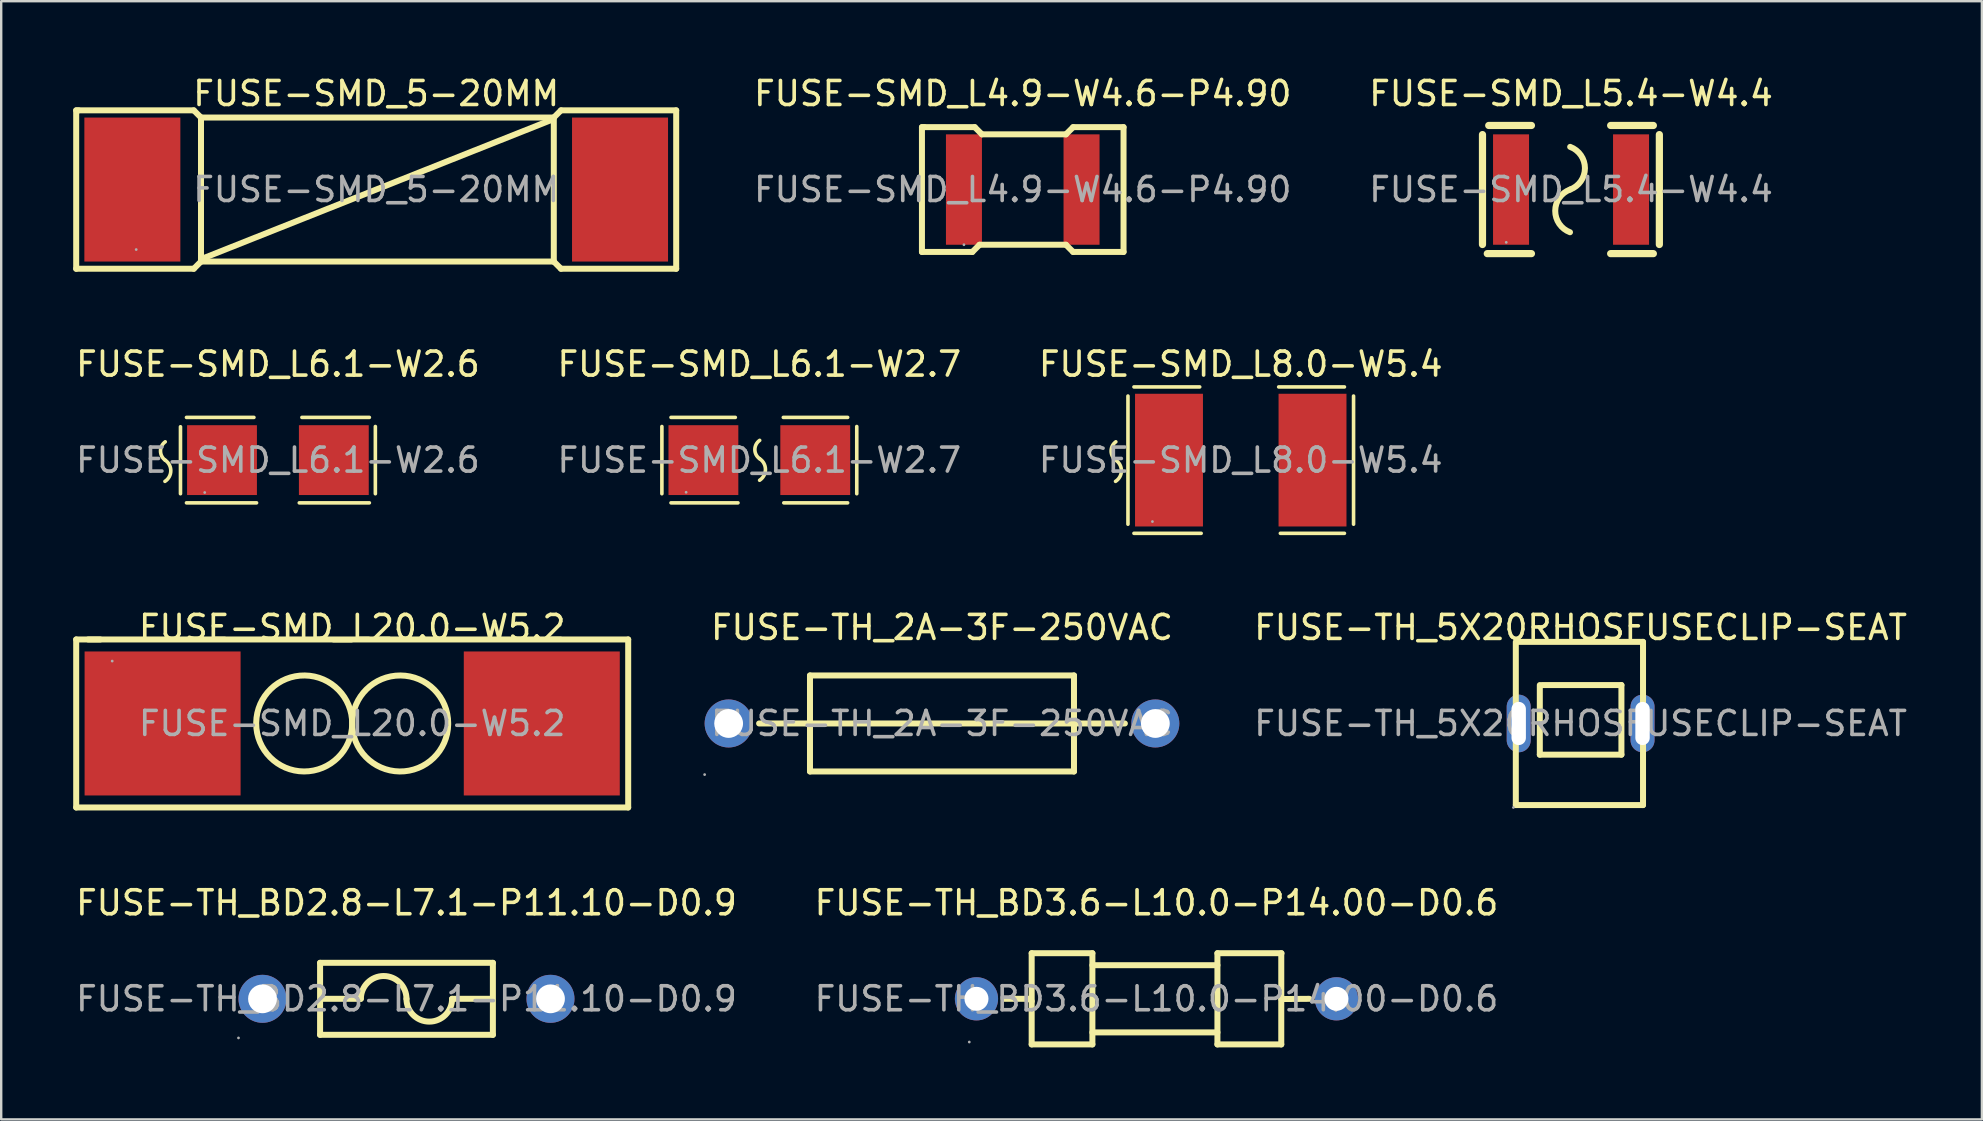
<source format=kicad_pcb>
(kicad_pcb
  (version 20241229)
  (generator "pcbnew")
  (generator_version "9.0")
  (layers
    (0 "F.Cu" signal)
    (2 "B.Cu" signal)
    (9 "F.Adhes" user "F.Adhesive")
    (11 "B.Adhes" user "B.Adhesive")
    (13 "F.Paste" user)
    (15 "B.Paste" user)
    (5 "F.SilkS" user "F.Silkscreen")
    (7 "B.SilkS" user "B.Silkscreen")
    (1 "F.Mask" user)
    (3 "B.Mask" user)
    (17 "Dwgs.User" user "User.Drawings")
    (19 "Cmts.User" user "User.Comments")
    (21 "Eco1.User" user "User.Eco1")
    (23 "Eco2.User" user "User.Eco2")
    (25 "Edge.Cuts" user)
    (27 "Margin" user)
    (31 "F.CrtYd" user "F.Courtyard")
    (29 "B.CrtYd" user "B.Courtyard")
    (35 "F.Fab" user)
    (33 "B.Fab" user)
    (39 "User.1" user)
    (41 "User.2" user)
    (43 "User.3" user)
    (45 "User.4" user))
  (footprint "FUSE-SMD_L20.0-W5.2"
    (layer "F.Cu")
    (at 11.625 27.095)
    (property "Reference" "FUSE-SMD_L20.0-W5.2" (at 0 -4 0) (layer "F.SilkS") (effects (font (size 1 1) (thickness 0.15))))
    (attr through_hole)
    (fp_line (start -11.5 -3.5) (end -10.5 -3.5) (stroke (width 0.25) (type solid)) (layer "F.SilkS"))
    (fp_line (start -11.5 3.5) (end -11.5 -3.5) (stroke (width 0.25) (type solid)) (layer "F.SilkS"))
    (fp_line (start -11 -3.5) (end 11.5 -3.5) (stroke (width 0.25) (type solid)) (layer "F.SilkS"))
    (fp_line (start 11.5 -3.5) (end 11.5 3.5) (stroke (width 0.25) (type solid)) (layer "F.SilkS"))
    (fp_line (start 11.5 3.5) (end -11.5 3.5) (stroke (width 0.25) (type solid)) (layer "F.SilkS"))
    (fp_arc (start -3.999695 -0.034905) (mid -0.000077 0.017453) (end -4 0) (stroke (width 0.25) (type solid)) (layer "F.SilkS"))
    (fp_arc (start 3.999695 0.034905) (mid 0.000077 -0.017453) (end 4 0) (stroke (width 0.25) (type solid)) (layer "F.SilkS"))
    (fp_circle (center -10 -2.6) (end -9.97 -2.6) (stroke (width 0.06) (type solid)) (fill no) (layer "F.Fab"))
    (fp_text user "${REFERENCE}" (at 0 0 0) (layer "F.Fab") (effects (font (size 1 1) (thickness 0.15))))
    (pad "1" smd rect (at -7.9 0) (size 6.5 6) (layers "F.Cu" "F.Mask" "F.Paste"))
    (pad "2" smd rect (at 7.9 0) (size 6.5 6) (layers "F.Cu" "F.Mask" "F.Paste")))
  (footprint "FUSE-SMD_L4.9-W4.6-P4.90"
    (layer "F.Cu")
    (at 39.565 4.848)
    (property "Reference" "FUSE-SMD_L4.9-W4.6-P4.90" (at 0 -4 0) (layer "F.SilkS") (effects (font (size 1 1) (thickness 0.15))))
    (attr through_hole)
    (fp_line (start -4.2 -2.6) (end -4.1 -2.6) (stroke (width 0.25) (type solid)) (layer "F.SilkS"))
    (fp_line (start -4.2 2.6) (end -4.2 -2.6) (stroke (width 0.25) (type solid)) (layer "F.SilkS"))
    (fp_line (start -4.1 -2.6) (end -2 -2.6) (stroke (width 0.25) (type solid)) (layer "F.SilkS"))
    (fp_line (start -2.1 2.6) (end -4.2 2.6) (stroke (width 0.25) (type solid)) (layer "F.SilkS"))
    (fp_line (start -2 -2.6) (end -1.7 -2.3) (stroke (width 0.25) (type solid)) (layer "F.SilkS"))
    (fp_line (start -1.8 2.3) (end -2.1 2.6) (stroke (width 0.25) (type solid)) (layer "F.SilkS"))
    (fp_line (start -1.7 -2.3) (end 1.8 -2.3) (stroke (width 0.25) (type solid)) (layer "F.SilkS"))
    (fp_line (start 1.8 -2.3) (end 2.1 -2.6) (stroke (width 0.25) (type solid)) (layer "F.SilkS"))
    (fp_line (start 1.8 2.3) (end -1.8 2.3) (stroke (width 0.25) (type solid)) (layer "F.SilkS"))
    (fp_line (start 2.1 -2.6) (end 4.2 -2.6) (stroke (width 0.25) (type solid)) (layer "F.SilkS"))
    (fp_line (start 2.1 2.6) (end 1.8 2.3) (stroke (width 0.25) (type solid)) (layer "F.SilkS"))
    (fp_line (start 4.2 -2.6) (end 4.2 2.6) (stroke (width 0.25) (type solid)) (layer "F.SilkS"))
    (fp_line (start 4.2 2.6) (end 2.1 2.6) (stroke (width 0.25) (type solid)) (layer "F.SilkS"))
    (fp_circle (center -2.45 2.3) (end -2.42 2.3) (stroke (width 0.06) (type solid)) (fill no) (layer "F.Fab"))
    (fp_text user "${REFERENCE}" (at 0 0 0) (layer "F.Fab") (effects (font (size 1 1) (thickness 0.15))))
    (pad "1" smd rect (at -2.45 0 90) (size 4.6 1.5) (layers "F.Cu" "F.Mask" "F.Paste"))
    (pad "2" smd rect (at 2.45 0 90) (size 4.6 1.5) (layers "F.Cu" "F.Mask" "F.Paste")))
  (footprint "FUSE-SMD_L5.4-W4.4"
    (layer "F.Cu")
    (at 62.411 4.848)
    (property "Reference" "FUSE-SMD_L5.4-W4.4" (at 0 -4 0) (layer "F.SilkS") (effects (font (size 1 1) (thickness 0.15))))
    (attr through_hole)
    (fp_line (start -3.69 -2.29) (end -3.69 2.29) (stroke (width 0.3) (type solid)) (layer "F.SilkS"))
    (fp_line (start -3.49 2.67) (end -1.65 2.67) (stroke (width 0.3) (type solid)) (layer "F.SilkS"))
    (fp_line (start -1.65 -2.67) (end -3.43 -2.67) (stroke (width 0.3) (type solid)) (layer "F.SilkS"))
    (fp_line (start 1.65 2.67) (end 3.43 2.67) (stroke (width 0.3) (type solid)) (layer "F.SilkS"))
    (fp_line (start 3.43 -2.67) (end 1.65 -2.67) (stroke (width 0.3) (type solid)) (layer "F.SilkS"))
    (fp_line (start 3.68 2.29) (end 3.68 -2.29) (stroke (width 0.3) (type solid)) (layer "F.SilkS"))
    (fp_arc (start -0.043908 1.778541) (mid -0.659208 0.887914) (end -0.04 0) (stroke (width 0.25) (type solid)) (layer "F.SilkS"))
    (fp_arc (start -0.036092 -1.778541) (mid 0.579208 -0.887914) (end -0.04 0) (stroke (width 0.25) (type solid)) (layer "F.SilkS"))
    (fp_circle (center -2.7 2.2) (end -2.67 2.2) (stroke (width 0.06) (type solid)) (fill no) (layer "F.Fab"))
    (fp_text user "${REFERENCE}" (at 0 0 0) (layer "F.Fab") (effects (font (size 1 1) (thickness 0.15))))
    (pad "1" smd rect (at -2.5 0) (size 1.5 4.6) (layers "F.Cu" "F.Mask" "F.Paste"))
    (pad "2" smd rect (at 2.5 0) (size 1.5 4.6) (layers "F.Cu" "F.Mask" "F.Paste")))
  (footprint "FUSE-SMD_L8.0-W5.4"
    (layer "F.Cu")
    (at 48.649 16.122)
    (property "Reference" "FUSE-SMD_L8.0-W5.4" (at 0 -4 0) (layer "F.SilkS") (effects (font (size 1 1) (thickness 0.15))))
    (attr through_hole)
    (fp_line (start -4.7 -2.67) (end -4.7 2.67) (stroke (width 0.15) (type solid)) (layer "F.SilkS"))
    (fp_line (start -4.45 -3.05) (end -1.71 -3.05) (stroke (width 0.15) (type solid)) (layer "F.SilkS"))
    (fp_line (start -1.65 3.05) (end -4.45 3.05) (stroke (width 0.15) (type solid)) (layer "F.SilkS"))
    (fp_line (start 1.65 3.05) (end 4.32 3.05) (stroke (width 0.15) (type solid)) (layer "F.SilkS"))
    (fp_line (start 4.32 -3.05) (end 1.58 -3.05) (stroke (width 0.15) (type solid)) (layer "F.SilkS"))
    (fp_line (start 4.7 -2.67) (end 4.7 2.67) (stroke (width 0.15) (type solid)) (layer "F.SilkS"))
    (fp_arc (start -5.21 0) (mid -4.973047 0.444493) (end -5.217545 0.884881) (stroke (width 0.15) (type solid)) (layer "F.SilkS"))
    (fp_arc (start -5.21 0) (mid -5.402009 -0.382754) (end -5.205546 -0.763242) (stroke (width 0.15) (type solid)) (layer "F.SilkS"))
    (fp_circle (center -3.68 2.56) (end -3.65 2.56) (stroke (width 0.06) (type solid)) (fill no) (layer "F.Fab"))
    (fp_text user "${REFERENCE}" (at 0 0 0) (layer "F.Fab") (effects (font (size 1 1) (thickness 0.15))))
    (pad "1" smd rect (at -2.99 0) (size 2.83 5.53) (layers "F.Cu" "F.Mask" "F.Paste"))
    (pad "2" smd rect (at 2.99 0) (size 2.83 5.53) (layers "F.Cu" "F.Mask" "F.Paste")))
  (footprint "FUSE-SMD_L6.1-W2.6"
    (layer "F.Cu")
    (at 8.53 16.122)
    (property "Reference" "FUSE-SMD_L6.1-W2.6" (at 0 -4 0) (layer "F.SilkS") (effects (font (size 1 1) (thickness 0.15))))
    (attr through_hole)
    (fp_line (start -4.06 -1.39) (end -4.06 1.4) (stroke (width 0.15) (type solid)) (layer "F.SilkS"))
    (fp_line (start -3.81 -1.78) (end -1 -1.78) (stroke (width 0.15) (type solid)) (layer "F.SilkS"))
    (fp_line (start -0.89 1.78) (end -3.81 1.78) (stroke (width 0.15) (type solid)) (layer "F.SilkS"))
    (fp_line (start 0.89 1.78) (end 3.81 1.78) (stroke (width 0.15) (type solid)) (layer "F.SilkS"))
    (fp_line (start 3.81 -1.78) (end 1 -1.78) (stroke (width 0.15) (type solid)) (layer "F.SilkS"))
    (fp_line (start 4.06 -1.4) (end 4.06 1.4) (stroke (width 0.15) (type solid)) (layer "F.SilkS"))
    (fp_arc (start -4.7 0) (mid -4.463047 0.444493) (end -4.707545 0.884881) (stroke (width 0.15) (type solid)) (layer "F.SilkS"))
    (fp_arc (start -4.7 0) (mid -4.892009 -0.382754) (end -4.695546 -0.763242) (stroke (width 0.15) (type solid)) (layer "F.SilkS"))
    (fp_circle (center -3.05 1.35) (end -3.02 1.35) (stroke (width 0.06) (type solid)) (fill no) (layer "F.Fab"))
    (fp_text user "${REFERENCE}" (at 0 0 0) (layer "F.Fab") (effects (font (size 1 1) (thickness 0.15))))
    (pad "1" smd rect (at -2.33 0) (size 2.91 2.91) (layers "F.Cu" "F.Mask" "F.Paste"))
    (pad "2" smd rect (at 2.33 0) (size 2.91 2.91) (layers "F.Cu" "F.Mask" "F.Paste")))
  (footprint "FUSE-SMD_5-20MM"
    (layer "F.Cu")
    (at 12.625 4.848)
    (property "Reference" "FUSE-SMD_5-20MM" (at 0 -4 0) (layer "F.SilkS") (effects (font (size 1 1) (thickness 0.15))))
    (attr through_hole)
    (fp_line (start -12.5 -3.3) (end -12.4 -3.3) (stroke (width 0.25) (type solid)) (layer "F.SilkS"))
    (fp_line (start -12.5 3.3) (end -12.5 -3.3) (stroke (width 0.25) (type solid)) (layer "F.SilkS"))
    (fp_line (start -12.4 -3.3) (end -7.6 -3.3) (stroke (width 0.25) (type solid)) (layer "F.SilkS"))
    (fp_line (start -7.6 -3.3) (end -7.3 -3) (stroke (width 0.25) (type solid)) (layer "F.SilkS"))
    (fp_line (start -7.6 3.3) (end -12.5 3.3) (stroke (width 0.25) (type solid)) (layer "F.SilkS"))
    (fp_line (start -7.3 -3) (end -7.3 3) (stroke (width 0.25) (type solid)) (layer "F.SilkS"))
    (fp_line (start -7.3 -3) (end 7.4 -3) (stroke (width 0.25) (type solid)) (layer "F.SilkS"))
    (fp_line (start -7.3 3) (end -7.6 3.3) (stroke (width 0.25) (type solid)) (layer "F.SilkS"))
    (fp_line (start 7.3 -2.9) (end -7.3 2.9) (stroke (width 0.25) (type solid)) (layer "F.SilkS"))
    (fp_line (start 7.4 -3) (end 7.4 3) (stroke (width 0.25) (type solid)) (layer "F.SilkS"))
    (fp_line (start 7.4 -3) (end 7.7 -3.3) (stroke (width 0.25) (type solid)) (layer "F.SilkS"))
    (fp_line (start 7.4 3) (end -7.3 3) (stroke (width 0.25) (type solid)) (layer "F.SilkS"))
    (fp_line (start 7.7 -3.3) (end 12.5 -3.3) (stroke (width 0.25) (type solid)) (layer "F.SilkS"))
    (fp_line (start 7.7 3.3) (end 7.4 3) (stroke (width 0.25) (type solid)) (layer "F.SilkS"))
    (fp_line (start 12.5 -3.3) (end 12.5 3.3) (stroke (width 0.25) (type solid)) (layer "F.SilkS"))
    (fp_line (start 12.5 3.3) (end 7.7 3.3) (stroke (width 0.25) (type solid)) (layer "F.SilkS"))
    (fp_circle (center -10 2.5) (end -9.97 2.5) (stroke (width 0.06) (type solid)) (fill no) (layer "F.Fab"))
    (fp_text user "${REFERENCE}" (at 0 0 0) (layer "F.Fab") (effects (font (size 1 1) (thickness 0.15))))
    (pad "1" smd rect (at -10.16 0) (size 4 6) (layers "F.Cu" "F.Mask" "F.Paste"))
    (pad "2" smd rect (at 10.16 0) (size 4 6) (layers "F.Cu" "F.Mask" "F.Paste")))
  (footprint "FUSE-TH_2A-3F-250VAC"
    (layer "F.Cu")
    (at 36.2 27.095)
    (property "Reference" "FUSE-TH_2A-3F-250VAC" (at 0 -4 0) (layer "F.SilkS") (effects (font (size 1 1) (thickness 0.15))))
    (attr through_hole)
    (fp_line (start -5.5 -2) (end -5.5 2) (stroke (width 0.25) (type solid)) (layer "F.SilkS"))
    (fp_line (start -5.5 -2) (end 5.5 -2) (stroke (width 0.25) (type solid)) (layer "F.SilkS"))
    (fp_line (start 5.5 2) (end -5.5 2) (stroke (width 0.25) (type solid)) (layer "F.SilkS"))
    (fp_line (start 5.5 2) (end 5.5 -2) (stroke (width 0.25) (type solid)) (layer "F.SilkS"))
    (fp_line (start 7.62 0) (end -7.62 0) (stroke (width 0.25) (type solid)) (layer "F.SilkS"))
    (fp_circle (center -9.89 2.13) (end -9.86 2.13) (stroke (width 0.06) (type solid)) (fill no) (layer "F.Fab"))
    (fp_circle (center -8.89 0) (end -8.64 0) (stroke (width 0.5) (type solid)) (fill no) (layer "F.Fab"))
    (fp_circle (center 8.89 0) (end 9.14 0) (stroke (width 0.5) (type solid)) (fill no) (layer "F.Fab"))
    (fp_text user "${REFERENCE}" (at 0 0 0) (layer "F.Fab") (effects (font (size 1 1) (thickness 0.15))))
    (pad "1" thru_hole circle (at -8.89 0) (size 2 2) (drill 1.2) (layers "*.Cu" "*.Paste" "*.Mask"))
    (pad "2" thru_hole circle (at 8.89 0) (size 2 2) (drill 1.2) (layers "*.Cu" "*.Paste" "*.Mask")))
  (footprint "FUSE-SMD_L6.1-W2.7"
    (layer "F.Cu")
    (at 28.589 16.122)
    (property "Reference" "FUSE-SMD_L6.1-W2.7" (at 0 -4 0) (layer "F.SilkS") (effects (font (size 1 1) (thickness 0.15))))
    (attr through_hole)
    (fp_line (start -4.06 -1.4) (end -4.06 1.4) (stroke (width 0.15) (type solid)) (layer "F.SilkS"))
    (fp_line (start -3.68 -1.78) (end -1 -1.78) (stroke (width 0.15) (type solid)) (layer "F.SilkS"))
    (fp_line (start -0.89 1.78) (end -3.68 1.78) (stroke (width 0.15) (type solid)) (layer "F.SilkS"))
    (fp_line (start 1.02 1.78) (end 3.68 1.78) (stroke (width 0.15) (type solid)) (layer "F.SilkS"))
    (fp_line (start 3.68 -1.78) (end 1 -1.78) (stroke (width 0.15) (type solid)) (layer "F.SilkS"))
    (fp_line (start 4.06 -1.4) (end 4.06 1.4) (stroke (width 0.15) (type solid)) (layer "F.SilkS"))
    (fp_arc (start 0.01 -0.06) (mid 0.25535 0.389061) (end 0.011576 0.83898) (stroke (width 0.15) (type solid)) (layer "F.SilkS"))
    (fp_arc (start 0.01 -0.06) (mid -0.186143 -0.443212) (end 0.015262 -0.823685) (stroke (width 0.15) (type solid)) (layer "F.SilkS"))
    (fp_circle (center -3.05 1.34) (end -3.02 1.34) (stroke (width 0.06) (type solid)) (fill no) (layer "F.Fab"))
    (fp_text user "${REFERENCE}" (at 0 0 0) (layer "F.Fab") (effects (font (size 1 1) (thickness 0.15))))
    (pad "1" smd rect (at -2.33 0) (size 2.91 2.91) (layers "F.Cu" "F.Mask" "F.Paste"))
    (pad "2" smd rect (at 2.33 0) (size 2.91 2.91) (layers "F.Cu" "F.Mask" "F.Paste")))
  (footprint "FUSE-TH_BD3.6-L10.0-P14.00-D0.6"
    (layer "F.Cu")
    (at 45.137 38.568)
    (property "Reference" "FUSE-TH_BD3.6-L10.0-P14.00-D0.6" (at 0 -4 0) (layer "F.SilkS") (effects (font (size 1 1) (thickness 0.15))))
    (attr through_hole)
    (fp_line (start -6.37 0) (end -5.3 0) (stroke (width 0.25) (type solid)) (layer "F.SilkS"))
    (fp_line (start -5.3 0) (end -5.2 0.1) (stroke (width 0.25) (type solid)) (layer "F.SilkS"))
    (fp_line (start -5.2 -1.9) (end -5.2 1.9) (stroke (width 0.25) (type solid)) (layer "F.SilkS"))
    (fp_line (start -5.2 -1.9) (end -2.67 -1.9) (stroke (width 0.25) (type solid)) (layer "F.SilkS"))
    (fp_line (start -5.2 1.9) (end -2.67 1.9) (stroke (width 0.25) (type solid)) (layer "F.SilkS"))
    (fp_line (start -2.67 -1.9) (end -2.67 1.9) (stroke (width 0.25) (type solid)) (layer "F.SilkS"))
    (fp_line (start -2.67 -1.4) (end 2.54 -1.4) (stroke (width 0.25) (type solid)) (layer "F.SilkS"))
    (fp_line (start -2.67 1.4) (end 2.54 1.4) (stroke (width 0.25) (type solid)) (layer "F.SilkS"))
    (fp_line (start 2.54 -1.9) (end 2.54 1.9) (stroke (width 0.25) (type solid)) (layer "F.SilkS"))
    (fp_line (start 2.54 -1.9) (end 5.21 -1.9) (stroke (width 0.25) (type solid)) (layer "F.SilkS"))
    (fp_line (start 2.54 1.9) (end 5.2 1.9) (stroke (width 0.25) (type solid)) (layer "F.SilkS"))
    (fp_line (start 5.2 -1.9) (end 5.2 1.9) (stroke (width 0.25) (type solid)) (layer "F.SilkS"))
    (fp_line (start 6.37 0) (end 5.2 0.01) (stroke (width 0.25) (type solid)) (layer "F.SilkS"))
    (fp_circle (center -7.8 1.8) (end -7.77 1.8) (stroke (width 0.06) (type solid)) (fill no) (layer "F.Fab"))
    (fp_circle (center -7.5 0) (end -7.35 0) (stroke (width 0.3) (type solid)) (fill no) (layer "F.Fab"))
    (fp_circle (center 7.5 0) (end 7.65 0) (stroke (width 0.3) (type solid)) (fill no) (layer "F.Fab"))
    (fp_text user "${REFERENCE}" (at 0 0 0) (layer "F.Fab") (effects (font (size 1 1) (thickness 0.15))))
    (pad "1" thru_hole circle (at -7.5 0) (size 1.8 1.8) (drill 1) (layers "*.Cu" "*.Paste" "*.Mask"))
    (pad "2" thru_hole circle (at 7.5 0) (size 1.8 1.8) (drill 1) (layers "*.Cu" "*.Paste" "*.Mask")))
  (footprint "FUSE-TH_5X20RHOSFUSECLIP-SEAT"
    (layer "F.Cu")
    (at 62.81 27.095)
    (property "Reference" "FUSE-TH_5X20RHOSFUSECLIP-SEAT" (at 0 -4 0) (layer "F.SilkS") (effects (font (size 1 1) (thickness 0.15))))
    (attr through_hole)
    (fp_line (start -2.7 -3.4) (end -2.7 3.4) (stroke (width 0.25) (type solid)) (layer "F.SilkS"))
    (fp_line (start -2.7 3.4) (end 2.6 3.4) (stroke (width 0.25) (type solid)) (layer "F.SilkS"))
    (fp_line (start -1.7 1.3) (end -1.7 -1.6) (stroke (width 0.25) (type solid)) (layer "F.SilkS"))
    (fp_line (start -1.6 -1.6) (end 1.7 -1.6) (stroke (width 0.25) (type solid)) (layer "F.SilkS"))
    (fp_line (start 1.7 -1.6) (end 1.7 1.3) (stroke (width 0.25) (type solid)) (layer "F.SilkS"))
    (fp_line (start 1.7 1.3) (end -1.7 1.3) (stroke (width 0.25) (type solid)) (layer "F.SilkS"))
    (fp_line (start 2.6 -3.4) (end -2.6 -3.4) (stroke (width 0.25) (type solid)) (layer "F.SilkS"))
    (fp_line (start 2.6 3.4) (end 2.6 -3.4) (stroke (width 0.25) (type solid)) (layer "F.SilkS"))
    (fp_circle (center -2.8 3.5) (end -2.77 3.5) (stroke (width 0.06) (type solid)) (fill no) (layer "F.Fab"))
    (fp_text user "${REFERENCE}" (at 0 0 0) (layer "F.Fab") (effects (font (size 1 1) (thickness 0.15))))
    (pad "1" thru_hole oval (at -2.58 0 90) (size 2.4 1) (drill oval 1.8 0.6) (layers "*.Cu" "*.Paste" "*.Mask"))
    (pad "1" thru_hole oval (at 2.58 0 90) (size 2.4 1) (drill oval 1.799 0.6) (layers "*.Cu" "*.Paste" "*.Mask")))
  (footprint "FUSE-TH_BD2.8-L7.1-P11.10-D0.9"
    (layer "F.Cu")
    (at 13.887 38.568)
    (property "Reference" "FUSE-TH_BD2.8-L7.1-P11.10-D0.9" (at 0 -4 0) (layer "F.SilkS") (effects (font (size 1 1) (thickness 0.15))))
    (attr through_hole)
    (fp_line (start -3.6 -1.5) (end -3.6 1.5) (stroke (width 0.25) (type solid)) (layer "F.SilkS"))
    (fp_line (start -3.6 -1.5) (end 3.6 -1.5) (stroke (width 0.25) (type solid)) (layer "F.SilkS"))
    (fp_line (start -3.6 1.5) (end 3.6 1.5) (stroke (width 0.25) (type solid)) (layer "F.SilkS"))
    (fp_line (start -3.56 0) (end -1.91 0) (stroke (width 0.25) (type solid)) (layer "F.SilkS"))
    (fp_line (start 3.56 0) (end 1.9 0) (stroke (width 0.25) (type solid)) (layer "F.SilkS"))
    (fp_line (start 3.6 -1.5) (end 3.6 1.5) (stroke (width 0.25) (type solid)) (layer "F.SilkS"))
    (fp_arc (start -1.9 0) (mid -0.95 -0.95) (end 0 0) (stroke (width 0.25) (type solid)) (layer "F.SilkS"))
    (fp_arc (start 1.9 0) (mid 0.95 0.95) (end 0 0) (stroke (width 0.25) (type solid)) (layer "F.SilkS"))
    (fp_circle (center -7 1.63) (end -6.97 1.63) (stroke (width 0.06) (type solid)) (fill no) (layer "F.Fab"))
    (fp_circle (center -6 0) (end -5.75 0) (stroke (width 0.5) (type solid)) (fill no) (layer "F.Fab"))
    (fp_circle (center 6 0) (end 6.25 0) (stroke (width 0.5) (type solid)) (fill no) (layer "F.Fab"))
    (fp_text user "${REFERENCE}" (at 0 0 0) (layer "F.Fab") (effects (font (size 1 1) (thickness 0.15))))
    (pad "1" thru_hole circle (at -6 0) (size 2 2) (drill 1.2) (layers "*.Cu" "*.Paste" "*.Mask"))
    (pad "2" thru_hole circle (at 6 0) (size 2 2) (drill 1.2) (layers "*.Cu" "*.Paste" "*.Mask")))
  (gr_rect
    (start -3 -3)
    (end 79.53 43.593)
    (stroke (width 0.1) (type default))
    (fill no)
    (layer "Edge.Cuts")))
</source>
